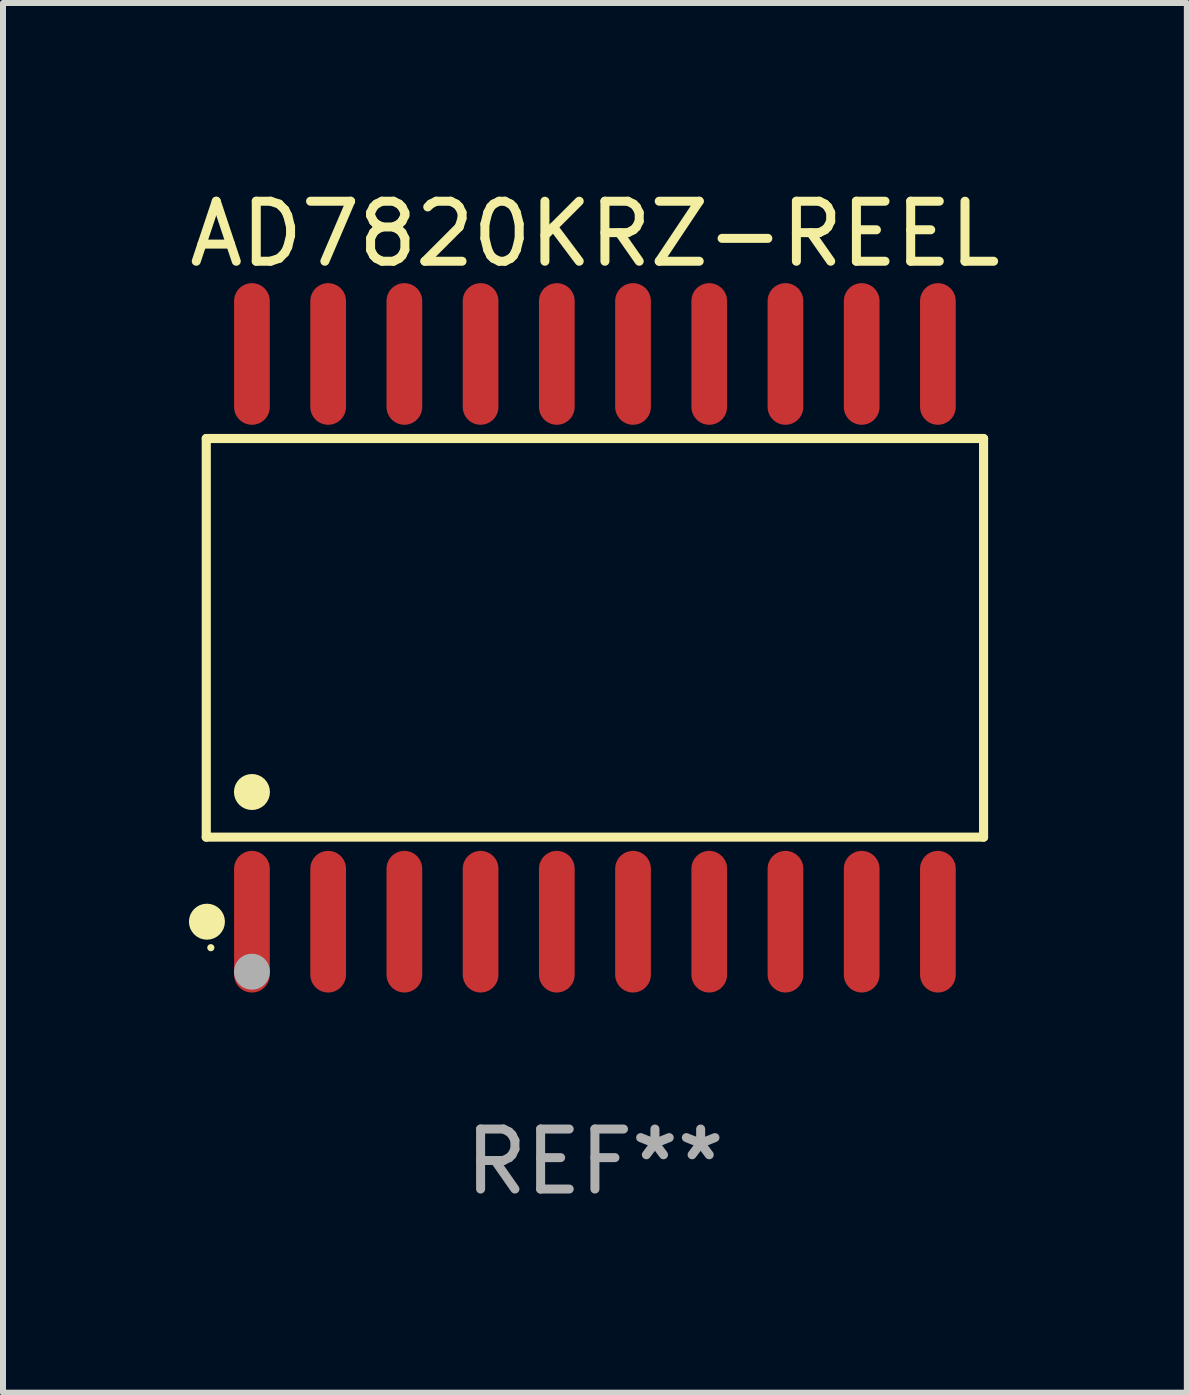
<source format=kicad_pcb>
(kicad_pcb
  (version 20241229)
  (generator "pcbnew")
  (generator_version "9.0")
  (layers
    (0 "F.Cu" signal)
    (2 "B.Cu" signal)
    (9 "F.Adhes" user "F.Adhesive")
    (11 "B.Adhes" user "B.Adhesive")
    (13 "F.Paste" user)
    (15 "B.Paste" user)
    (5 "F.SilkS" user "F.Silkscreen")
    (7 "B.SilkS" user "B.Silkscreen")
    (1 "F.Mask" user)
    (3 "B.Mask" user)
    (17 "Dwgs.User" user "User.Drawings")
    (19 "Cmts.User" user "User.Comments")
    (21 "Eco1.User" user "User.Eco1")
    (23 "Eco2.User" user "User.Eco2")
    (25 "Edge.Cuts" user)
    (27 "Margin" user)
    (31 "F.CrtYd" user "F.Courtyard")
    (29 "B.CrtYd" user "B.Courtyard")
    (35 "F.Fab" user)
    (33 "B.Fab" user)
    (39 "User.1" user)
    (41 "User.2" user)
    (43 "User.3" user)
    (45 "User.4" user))
  (footprint "AD7820KRZ-REEL"
    (layer "F.Cu")
    (at 6.863 7.578)
    (property "Reference" "AD7820KRZ-REEL" (at 0 -6.73 0) (layer "F.SilkS") (effects (font (size 1 1) (thickness 0.15))))
    (attr through_hole)
    (fp_line (start -6.476 -3.321) (end 6.476 -3.321) (stroke (width 0.152) (type solid)) (layer "F.SilkS"))
    (fp_line (start -6.476 3.321) (end -6.476 -3.321) (stroke (width 0.152) (type solid)) (layer "F.SilkS"))
    (fp_line (start 6.476 -3.321) (end 6.476 3.321) (stroke (width 0.152) (type solid)) (layer "F.SilkS"))
    (fp_line (start 6.476 3.321) (end -6.476 3.321) (stroke (width 0.152) (type solid)) (layer "F.SilkS"))
    (fp_circle (center -6.465 4.73) (end -6.315 4.73) (stroke (width 0.3) (type solid)) (fill no) (layer "F.SilkS"))
    (fp_circle (center -6.4 5.163) (end -6.37 5.163) (stroke (width 0.06) (type solid)) (fill no) (layer "F.SilkS"))
    (fp_circle (center -5.715 2.569) (end -5.565 2.569) (stroke (width 0.3) (type solid)) (fill no) (layer "F.SilkS"))
    (fp_circle (center -5.715 5.563) (end -5.565 5.563) (stroke (width 0.3) (type solid)) (fill no) (layer "F.Fab"))
    (fp_text user "REF**" (at 0 8.73 0) (layer "F.Fab") (effects (font (size 1 1) (thickness 0.15))))
    (pad "1" smd oval (at -5.715 4.73) (size 0.595 2.36) (layers "F.Cu" "F.Mask" "F.Paste"))
    (pad "2" smd oval (at -4.445 4.73) (size 0.595 2.36) (layers "F.Cu" "F.Mask" "F.Paste"))
    (pad "3" smd oval (at -3.175 4.73) (size 0.595 2.36) (layers "F.Cu" "F.Mask" "F.Paste"))
    (pad "4" smd oval (at -1.905 4.73) (size 0.595 2.36) (layers "F.Cu" "F.Mask" "F.Paste"))
    (pad "5" smd oval (at -0.635 4.73) (size 0.595 2.36) (layers "F.Cu" "F.Mask" "F.Paste"))
    (pad "6" smd oval (at 0.635 4.73) (size 0.595 2.36) (layers "F.Cu" "F.Mask" "F.Paste"))
    (pad "7" smd oval (at 1.905 4.73) (size 0.595 2.36) (layers "F.Cu" "F.Mask" "F.Paste"))
    (pad "8" smd oval (at 3.175 4.73) (size 0.595 2.36) (layers "F.Cu" "F.Mask" "F.Paste"))
    (pad "9" smd oval (at 4.445 4.73) (size 0.595 2.36) (layers "F.Cu" "F.Mask" "F.Paste"))
    (pad "10" smd oval (at 5.715 4.73) (size 0.595 2.36) (layers "F.Cu" "F.Mask" "F.Paste"))
    (pad "11" smd oval (at 5.715 -4.73) (size 0.595 2.36) (layers "F.Cu" "F.Mask" "F.Paste"))
    (pad "12" smd oval (at 4.445 -4.73) (size 0.595 2.36) (layers "F.Cu" "F.Mask" "F.Paste"))
    (pad "13" smd oval (at 3.175 -4.73) (size 0.595 2.36) (layers "F.Cu" "F.Mask" "F.Paste"))
    (pad "14" smd oval (at 1.905 -4.73) (size 0.595 2.36) (layers "F.Cu" "F.Mask" "F.Paste"))
    (pad "15" smd oval (at 0.635 -4.73) (size 0.595 2.36) (layers "F.Cu" "F.Mask" "F.Paste"))
    (pad "16" smd oval (at -0.635 -4.73) (size 0.595 2.36) (layers "F.Cu" "F.Mask" "F.Paste"))
    (pad "17" smd oval (at -1.905 -4.73) (size 0.595 2.36) (layers "F.Cu" "F.Mask" "F.Paste"))
    (pad "18" smd oval (at -3.175 -4.73) (size 0.595 2.36) (layers "F.Cu" "F.Mask" "F.Paste"))
    (pad "19" smd oval (at -4.445 -4.73) (size 0.595 2.36) (layers "F.Cu" "F.Mask" "F.Paste"))
    (pad "20" smd oval (at -5.715 -4.73) (size 0.595 2.36) (layers "F.Cu" "F.Mask" "F.Paste")))
  (gr_rect
    (start -3 -3)
    (end 16.726 20.156)
    (stroke (width 0.1) (type default))
    (fill no)
    (layer "Edge.Cuts")))
</source>
